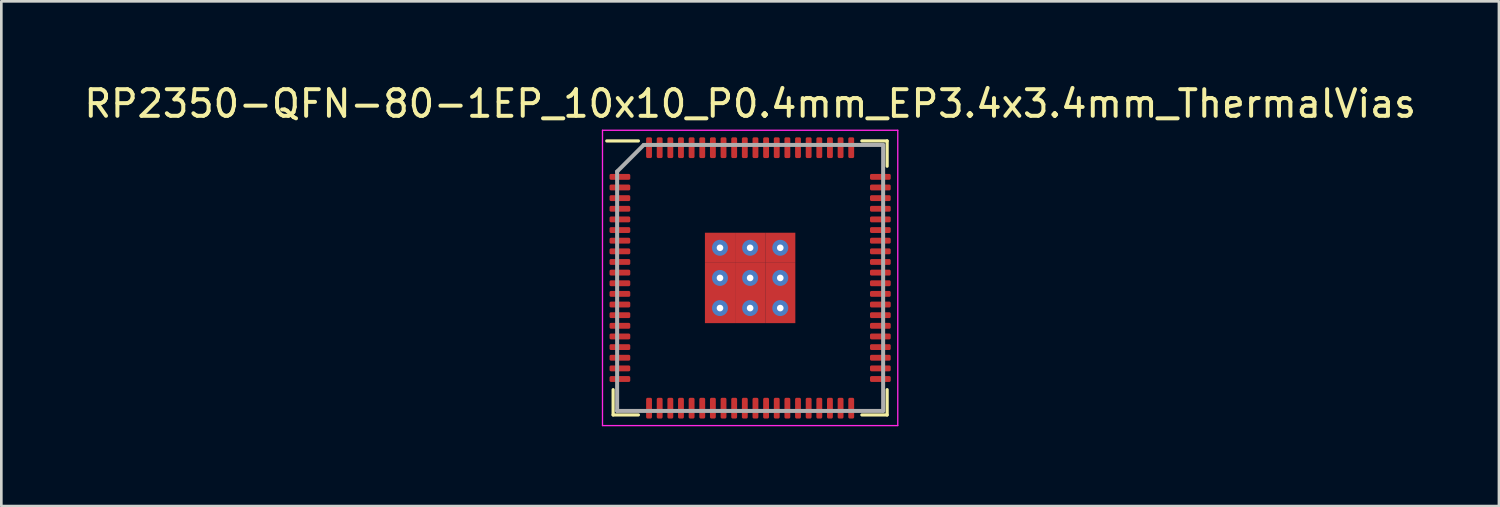
<source format=kicad_pcb>
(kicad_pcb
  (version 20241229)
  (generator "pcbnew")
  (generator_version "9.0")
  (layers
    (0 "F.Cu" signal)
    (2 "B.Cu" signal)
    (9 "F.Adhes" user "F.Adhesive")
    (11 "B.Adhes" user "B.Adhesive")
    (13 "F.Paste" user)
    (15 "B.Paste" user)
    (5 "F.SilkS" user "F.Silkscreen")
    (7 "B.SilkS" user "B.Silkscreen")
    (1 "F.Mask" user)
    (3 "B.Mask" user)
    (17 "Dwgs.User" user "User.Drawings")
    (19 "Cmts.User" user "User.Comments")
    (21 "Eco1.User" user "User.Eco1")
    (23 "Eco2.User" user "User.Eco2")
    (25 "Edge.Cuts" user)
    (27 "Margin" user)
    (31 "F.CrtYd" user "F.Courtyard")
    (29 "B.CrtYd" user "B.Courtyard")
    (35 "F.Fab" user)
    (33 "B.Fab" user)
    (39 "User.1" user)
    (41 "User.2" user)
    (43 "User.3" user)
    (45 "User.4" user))
  (footprint "RP2350-QFN-80-1EP_10x10_P0.4mm_EP3.4x3.4mm_ThermalVias"
    (layer "F.Cu")
    (at 25.149 7.398)
    (property "Reference" "RP2350-QFN-80-1EP_10x10_P0.4mm_EP3.4x3.4mm_ThermalVias" (at 0 -6.55 0) (layer "F.SilkS") (effects (font (size 1 1) (thickness 0.15))))
    (attr smd)
    (fp_line (start -5.15 5.15) (end -5.15 4.2) (stroke (width 0.12) (type default)) (layer "F.SilkS"))
    (fp_line (start -4.2 -5.15) (end -5.39 -5.15) (stroke (width 0.12) (type default)) (layer "F.SilkS"))
    (fp_line (start -4.2 5.15) (end -5.15 5.15) (stroke (width 0.12) (type default)) (layer "F.SilkS"))
    (fp_line (start 4.2 -5.15) (end 5.15 -5.15) (stroke (width 0.12) (type default)) (layer "F.SilkS"))
    (fp_line (start 4.2 5.15) (end 5.15 5.15) (stroke (width 0.12) (type default)) (layer "F.SilkS"))
    (fp_line (start 5.15 -5.15) (end 5.15 -4.2) (stroke (width 0.12) (type default)) (layer "F.SilkS"))
    (fp_line (start 5.15 5.15) (end 5.15 4.2) (stroke (width 0.12) (type default)) (layer "F.SilkS"))
    (fp_line (start -5.55 -5.55) (end 5.55 -5.55) (stroke (width 0.05) (type default)) (layer "F.CrtYd"))
    (fp_line (start -5.55 5.55) (end -5.55 -5.55) (stroke (width 0.05) (type default)) (layer "F.CrtYd"))
    (fp_line (start 5.55 -5.55) (end 5.55 5.55) (stroke (width 0.05) (type default)) (layer "F.CrtYd"))
    (fp_line (start 5.55 5.55) (end -5.55 5.55) (stroke (width 0.05) (type default)) (layer "F.CrtYd"))
    (fp_line (start -5 -4) (end -5 5) (stroke (width 0.15) (type default)) (layer "F.Fab"))
    (fp_line (start -5 5) (end 5 5) (stroke (width 0.15) (type default)) (layer "F.Fab"))
    (fp_line (start -4 -5) (end -5 -4) (stroke (width 0.15) (type default)) (layer "F.Fab"))
    (fp_line (start 5 -5) (end -4 -5) (stroke (width 0.15) (type default)) (layer "F.Fab"))
    (fp_line (start 5 5) (end 5 -5) (stroke (width 0.15) (type default)) (layer "F.Fab"))
    (pad "" smd roundrect (at -0.7 -0.7) (size 1.2 1.2) (layers "F.Paste") (roundrect_rratio 0.208))
    (pad "" smd roundrect (at -0.7 0.7) (size 1.2 1.2) (layers "F.Paste") (roundrect_rratio 0.208))
    (pad "" smd roundrect (at 0.7 -0.7) (size 1.2 1.2) (layers "F.Paste") (roundrect_rratio 0.208))
    (pad "" smd roundrect (at 0.7 0.7) (size 1.2 1.2) (layers "F.Paste") (roundrect_rratio 0.208))
    (pad "1" smd roundrect (at -4.896 -3.8 90) (size 0.22 0.78) (layers "F.Cu" "F.Mask" "F.Paste") (roundrect_rratio 0.25))
    (pad "2" smd roundrect (at -4.896 -3.4 90) (size 0.22 0.78) (layers "F.Cu" "F.Mask" "F.Paste") (roundrect_rratio 0.25))
    (pad "3" smd roundrect (at -4.896 -3 90) (size 0.22 0.78) (layers "F.Cu" "F.Mask" "F.Paste") (roundrect_rratio 0.25))
    (pad "4" smd roundrect (at -4.896 -2.6 90) (size 0.22 0.78) (layers "F.Cu" "F.Mask" "F.Paste") (roundrect_rratio 0.25))
    (pad "5" smd roundrect (at -4.896 -2.2 90) (size 0.22 0.78) (layers "F.Cu" "F.Mask" "F.Paste") (roundrect_rratio 0.25))
    (pad "6" smd roundrect (at -4.896 -1.8 90) (size 0.22 0.78) (layers "F.Cu" "F.Mask" "F.Paste") (roundrect_rratio 0.25))
    (pad "7" smd roundrect (at -4.896 -1.4 90) (size 0.22 0.78) (layers "F.Cu" "F.Mask" "F.Paste") (roundrect_rratio 0.25))
    (pad "8" smd roundrect (at -4.896 -1 90) (size 0.22 0.78) (layers "F.Cu" "F.Mask" "F.Paste") (roundrect_rratio 0.25))
    (pad "9" smd roundrect (at -4.896 -0.6 90) (size 0.22 0.78) (layers "F.Cu" "F.Mask" "F.Paste") (roundrect_rratio 0.25))
    (pad "10" smd roundrect (at -4.896 -0.2 90) (size 0.22 0.78) (layers "F.Cu" "F.Mask" "F.Paste") (roundrect_rratio 0.25))
    (pad "11" smd roundrect (at -4.896 0.2 90) (size 0.22 0.78) (layers "F.Cu" "F.Mask" "F.Paste") (roundrect_rratio 0.25))
    (pad "12" smd roundrect (at -4.896 0.6 90) (size 0.22 0.78) (layers "F.Cu" "F.Mask" "F.Paste") (roundrect_rratio 0.25))
    (pad "13" smd roundrect (at -4.896 1 90) (size 0.22 0.78) (layers "F.Cu" "F.Mask" "F.Paste") (roundrect_rratio 0.25))
    (pad "14" smd roundrect (at -4.896 1.4 90) (size 0.22 0.78) (layers "F.Cu" "F.Mask" "F.Paste") (roundrect_rratio 0.25))
    (pad "15" smd roundrect (at -4.896 1.8 90) (size 0.22 0.78) (layers "F.Cu" "F.Mask" "F.Paste") (roundrect_rratio 0.25))
    (pad "16" smd roundrect (at -4.896 2.2 90) (size 0.22 0.78) (layers "F.Cu" "F.Mask" "F.Paste") (roundrect_rratio 0.25))
    (pad "17" smd roundrect (at -4.896 2.6 90) (size 0.22 0.78) (layers "F.Cu" "F.Mask" "F.Paste") (roundrect_rratio 0.25))
    (pad "18" smd roundrect (at -4.896 3 90) (size 0.22 0.78) (layers "F.Cu" "F.Mask" "F.Paste") (roundrect_rratio 0.25))
    (pad "19" smd roundrect (at -4.896 3.4 90) (size 0.22 0.78) (layers "F.Cu" "F.Mask" "F.Paste") (roundrect_rratio 0.25))
    (pad "20" smd roundrect (at -4.896 3.8 90) (size 0.22 0.78) (layers "F.Cu" "F.Mask" "F.Paste") (roundrect_rratio 0.25))
    (pad "21" smd roundrect (at -3.8 4.896) (size 0.22 0.78) (layers "F.Cu" "F.Mask" "F.Paste") (roundrect_rratio 0.25))
    (pad "22" smd roundrect (at -3.4 4.896) (size 0.22 0.78) (layers "F.Cu" "F.Mask" "F.Paste") (roundrect_rratio 0.25))
    (pad "23" smd roundrect (at -3 4.896) (size 0.22 0.78) (layers "F.Cu" "F.Mask" "F.Paste") (roundrect_rratio 0.25))
    (pad "24" smd roundrect (at -2.6 4.896) (size 0.22 0.78) (layers "F.Cu" "F.Mask" "F.Paste") (roundrect_rratio 0.25))
    (pad "25" smd roundrect (at -2.2 4.896) (size 0.22 0.78) (layers "F.Cu" "F.Mask" "F.Paste") (roundrect_rratio 0.25))
    (pad "26" smd roundrect (at -1.8 4.896) (size 0.22 0.78) (layers "F.Cu" "F.Mask" "F.Paste") (roundrect_rratio 0.25))
    (pad "27" smd roundrect (at -1.4 4.896) (size 0.22 0.78) (layers "F.Cu" "F.Mask" "F.Paste") (roundrect_rratio 0.25))
    (pad "28" smd roundrect (at -1 4.896) (size 0.22 0.78) (layers "F.Cu" "F.Mask" "F.Paste") (roundrect_rratio 0.25))
    (pad "29" smd roundrect (at -0.6 4.896) (size 0.22 0.78) (layers "F.Cu" "F.Mask" "F.Paste") (roundrect_rratio 0.25))
    (pad "30" smd roundrect (at -0.2 4.896) (size 0.22 0.78) (layers "F.Cu" "F.Mask" "F.Paste") (roundrect_rratio 0.25))
    (pad "31" smd roundrect (at 0.2 4.896) (size 0.22 0.78) (layers "F.Cu" "F.Mask" "F.Paste") (roundrect_rratio 0.25))
    (pad "32" smd roundrect (at 0.6 4.896) (size 0.22 0.78) (layers "F.Cu" "F.Mask" "F.Paste") (roundrect_rratio 0.25))
    (pad "33" smd roundrect (at 1 4.896) (size 0.22 0.78) (layers "F.Cu" "F.Mask" "F.Paste") (roundrect_rratio 0.25))
    (pad "34" smd roundrect (at 1.4 4.896) (size 0.22 0.78) (layers "F.Cu" "F.Mask" "F.Paste") (roundrect_rratio 0.25))
    (pad "35" smd roundrect (at 1.8 4.896) (size 0.22 0.78) (layers "F.Cu" "F.Mask" "F.Paste") (roundrect_rratio 0.25))
    (pad "36" smd roundrect (at 2.2 4.896) (size 0.22 0.78) (layers "F.Cu" "F.Mask" "F.Paste") (roundrect_rratio 0.25))
    (pad "37" smd roundrect (at 2.6 4.896) (size 0.22 0.78) (layers "F.Cu" "F.Mask" "F.Paste") (roundrect_rratio 0.25))
    (pad "38" smd roundrect (at 3 4.896) (size 0.22 0.78) (layers "F.Cu" "F.Mask" "F.Paste") (roundrect_rratio 0.25))
    (pad "39" smd roundrect (at 3.4 4.896) (size 0.22 0.78) (layers "F.Cu" "F.Mask" "F.Paste") (roundrect_rratio 0.25))
    (pad "40" smd roundrect (at 3.8 4.896) (size 0.22 0.78) (layers "F.Cu" "F.Mask" "F.Paste") (roundrect_rratio 0.25))
    (pad "41" smd roundrect (at 4.896 3.8 90) (size 0.22 0.78) (layers "F.Cu" "F.Mask" "F.Paste") (roundrect_rratio 0.25))
    (pad "42" smd roundrect (at 4.896 3.4 90) (size 0.22 0.78) (layers "F.Cu" "F.Mask" "F.Paste") (roundrect_rratio 0.25))
    (pad "43" smd roundrect (at 4.896 3 90) (size 0.22 0.78) (layers "F.Cu" "F.Mask" "F.Paste") (roundrect_rratio 0.25))
    (pad "44" smd roundrect (at 4.896 2.6 90) (size 0.22 0.78) (layers "F.Cu" "F.Mask" "F.Paste") (roundrect_rratio 0.25))
    (pad "45" smd roundrect (at 4.896 2.2 90) (size 0.22 0.78) (layers "F.Cu" "F.Mask" "F.Paste") (roundrect_rratio 0.25))
    (pad "46" smd roundrect (at 4.896 1.8 90) (size 0.22 0.78) (layers "F.Cu" "F.Mask" "F.Paste") (roundrect_rratio 0.25))
    (pad "47" smd roundrect (at 4.896 1.4 90) (size 0.22 0.78) (layers "F.Cu" "F.Mask" "F.Paste") (roundrect_rratio 0.25))
    (pad "48" smd roundrect (at 4.896 1 90) (size 0.22 0.78) (layers "F.Cu" "F.Mask" "F.Paste") (roundrect_rratio 0.25))
    (pad "49" smd roundrect (at 4.896 0.6 90) (size 0.22 0.78) (layers "F.Cu" "F.Mask" "F.Paste") (roundrect_rratio 0.25))
    (pad "50" smd roundrect (at 4.896 0.2 90) (size 0.22 0.78) (layers "F.Cu" "F.Mask" "F.Paste") (roundrect_rratio 0.25))
    (pad "51" smd roundrect (at 4.896 -0.2 90) (size 0.22 0.78) (layers "F.Cu" "F.Mask" "F.Paste") (roundrect_rratio 0.25))
    (pad "52" smd roundrect (at 4.896 -0.6 90) (size 0.22 0.78) (layers "F.Cu" "F.Mask" "F.Paste") (roundrect_rratio 0.25))
    (pad "53" smd roundrect (at 4.896 -1 90) (size 0.22 0.78) (layers "F.Cu" "F.Mask" "F.Paste") (roundrect_rratio 0.25))
    (pad "54" smd roundrect (at 4.896 -1.4 90) (size 0.22 0.78) (layers "F.Cu" "F.Mask" "F.Paste") (roundrect_rratio 0.25))
    (pad "55" smd roundrect (at 4.896 -1.8 90) (size 0.22 0.78) (layers "F.Cu" "F.Mask" "F.Paste") (roundrect_rratio 0.25))
    (pad "56" smd roundrect (at 4.896 -2.2 90) (size 0.22 0.78) (layers "F.Cu" "F.Mask" "F.Paste") (roundrect_rratio 0.25))
    (pad "57" smd roundrect (at 4.896 -2.6 90) (size 0.22 0.78) (layers "F.Cu" "F.Mask" "F.Paste") (roundrect_rratio 0.25))
    (pad "58" smd roundrect (at 4.896 -3 90) (size 0.22 0.78) (layers "F.Cu" "F.Mask" "F.Paste") (roundrect_rratio 0.25))
    (pad "59" smd roundrect (at 4.896 -3.4 90) (size 0.22 0.78) (layers "F.Cu" "F.Mask" "F.Paste") (roundrect_rratio 0.25))
    (pad "60" smd roundrect (at 4.896 -3.8 90) (size 0.22 0.78) (layers "F.Cu" "F.Mask" "F.Paste") (roundrect_rratio 0.25))
    (pad "61" smd roundrect (at 3.8 -4.896) (size 0.22 0.78) (layers "F.Cu" "F.Mask" "F.Paste") (roundrect_rratio 0.25))
    (pad "62" smd roundrect (at 3.4 -4.896) (size 0.22 0.78) (layers "F.Cu" "F.Mask" "F.Paste") (roundrect_rratio 0.25))
    (pad "63" smd roundrect (at 3 -4.896) (size 0.22 0.78) (layers "F.Cu" "F.Mask" "F.Paste") (roundrect_rratio 0.25))
    (pad "64" smd roundrect (at 2.6 -4.896) (size 0.22 0.78) (layers "F.Cu" "F.Mask" "F.Paste") (roundrect_rratio 0.25))
    (pad "65" smd roundrect (at 2.2 -4.896) (size 0.22 0.78) (layers "F.Cu" "F.Mask" "F.Paste") (roundrect_rratio 0.25))
    (pad "66" smd roundrect (at 1.8 -4.896) (size 0.22 0.78) (layers "F.Cu" "F.Mask" "F.Paste") (roundrect_rratio 0.25))
    (pad "67" smd roundrect (at 1.4 -4.896) (size 0.22 0.78) (layers "F.Cu" "F.Mask" "F.Paste") (roundrect_rratio 0.25))
    (pad "68" smd roundrect (at 1 -4.896) (size 0.22 0.78) (layers "F.Cu" "F.Mask" "F.Paste") (roundrect_rratio 0.25))
    (pad "69" smd roundrect (at 0.6 -4.896) (size 0.22 0.78) (layers "F.Cu" "F.Mask" "F.Paste") (roundrect_rratio 0.25))
    (pad "70" smd roundrect (at 0.2 -4.896) (size 0.22 0.78) (layers "F.Cu" "F.Mask" "F.Paste") (roundrect_rratio 0.25))
    (pad "71" smd roundrect (at -0.2 -4.896) (size 0.22 0.78) (layers "F.Cu" "F.Mask" "F.Paste") (roundrect_rratio 0.25))
    (pad "72" smd roundrect (at -0.6 -4.896) (size 0.22 0.78) (layers "F.Cu" "F.Mask" "F.Paste") (roundrect_rratio 0.25))
    (pad "73" smd roundrect (at -1 -4.896) (size 0.22 0.78) (layers "F.Cu" "F.Mask" "F.Paste") (roundrect_rratio 0.25))
    (pad "74" smd roundrect (at -1.4 -4.896) (size 0.22 0.78) (layers "F.Cu" "F.Mask" "F.Paste") (roundrect_rratio 0.25))
    (pad "75" smd roundrect (at -1.8 -4.896) (size 0.22 0.78) (layers "F.Cu" "F.Mask" "F.Paste") (roundrect_rratio 0.25))
    (pad "76" smd roundrect (at -2.2 -4.896) (size 0.22 0.78) (layers "F.Cu" "F.Mask" "F.Paste") (roundrect_rratio 0.25))
    (pad "77" smd roundrect (at -2.6 -4.896) (size 0.22 0.78) (layers "F.Cu" "F.Mask" "F.Paste") (roundrect_rratio 0.25))
    (pad "78" smd roundrect (at -3 -4.896) (size 0.22 0.78) (layers "F.Cu" "F.Mask" "F.Paste") (roundrect_rratio 0.25))
    (pad "79" smd roundrect (at -3.4 -4.896) (size 0.22 0.78) (layers "F.Cu" "F.Mask" "F.Paste") (roundrect_rratio 0.25))
    (pad "80" smd roundrect (at -3.8 -4.896) (size 0.22 0.78) (layers "F.Cu" "F.Mask" "F.Paste") (roundrect_rratio 0.25))
    (pad "81" thru_hole circle (at -1.133 -1.133) (size 0.6 0.6) (drill 0.25) (layers "*.Cu" "F.Mask"))
    (pad "81" smd rect (at -1.133 -1.133) (size 1.133 1.133) (layers "F.Cu" "F.Mask" "F.Paste"))
    (pad "81" thru_hole circle (at -1.133 0) (size 0.6 0.6) (drill 0.25) (layers "*.Cu" "F.Mask"))
    (pad "81" smd rect (at -1.133 0) (size 1.133 1.133) (layers "F.Cu" "F.Mask" "F.Paste"))
    (pad "81" thru_hole circle (at -1.133 1.133) (size 0.6 0.6) (drill 0.25) (layers "*.Cu" "F.Mask"))
    (pad "81" smd rect (at -1.133 1.133) (size 1.133 1.133) (layers "F.Cu" "F.Mask" "F.Paste"))
    (pad "81" thru_hole circle (at 0 -1.133) (size 0.6 0.6) (drill 0.25) (layers "*.Cu" "F.Mask"))
    (pad "81" smd rect (at 0 -1.133) (size 1.133 1.133) (layers "F.Cu" "F.Mask" "F.Paste"))
    (pad "81" thru_hole circle (at 0 0) (size 0.6 0.6) (drill 0.25) (layers "*.Cu" "F.Mask"))
    (pad "81" smd rect (at 0 0) (size 1.133 1.133) (layers "F.Cu" "F.Mask" "F.Paste"))
    (pad "81" thru_hole circle (at 0 1.133) (size 0.6 0.6) (drill 0.25) (layers "*.Cu" "F.Mask"))
    (pad "81" smd rect (at 0 1.133) (size 1.133 1.133) (layers "F.Cu" "F.Mask" "F.Paste"))
    (pad "81" thru_hole circle (at 1.133 -1.133) (size 0.6 0.6) (drill 0.25) (layers "*.Cu" "F.Mask"))
    (pad "81" smd rect (at 1.133 -1.133) (size 1.133 1.133) (layers "F.Cu" "F.Mask" "F.Paste"))
    (pad "81" thru_hole circle (at 1.133 0) (size 0.6 0.6) (drill 0.25) (layers "*.Cu" "F.Mask"))
    (pad "81" smd rect (at 1.133 0) (size 1.133 1.133) (layers "F.Cu" "F.Mask" "F.Paste"))
    (pad "81" thru_hole circle (at 1.133 1.133) (size 0.6 0.6) (drill 0.25) (layers "*.Cu" "F.Mask"))
    (pad "81" smd rect (at 1.133 1.133) (size 1.133 1.133) (layers "F.Cu" "F.Mask" "F.Paste")))
  (gr_rect
    (start -3 -3)
    (end 53.298 15.973)
    (stroke (width 0.1) (type default))
    (fill no)
    (layer "Edge.Cuts")))
</source>
